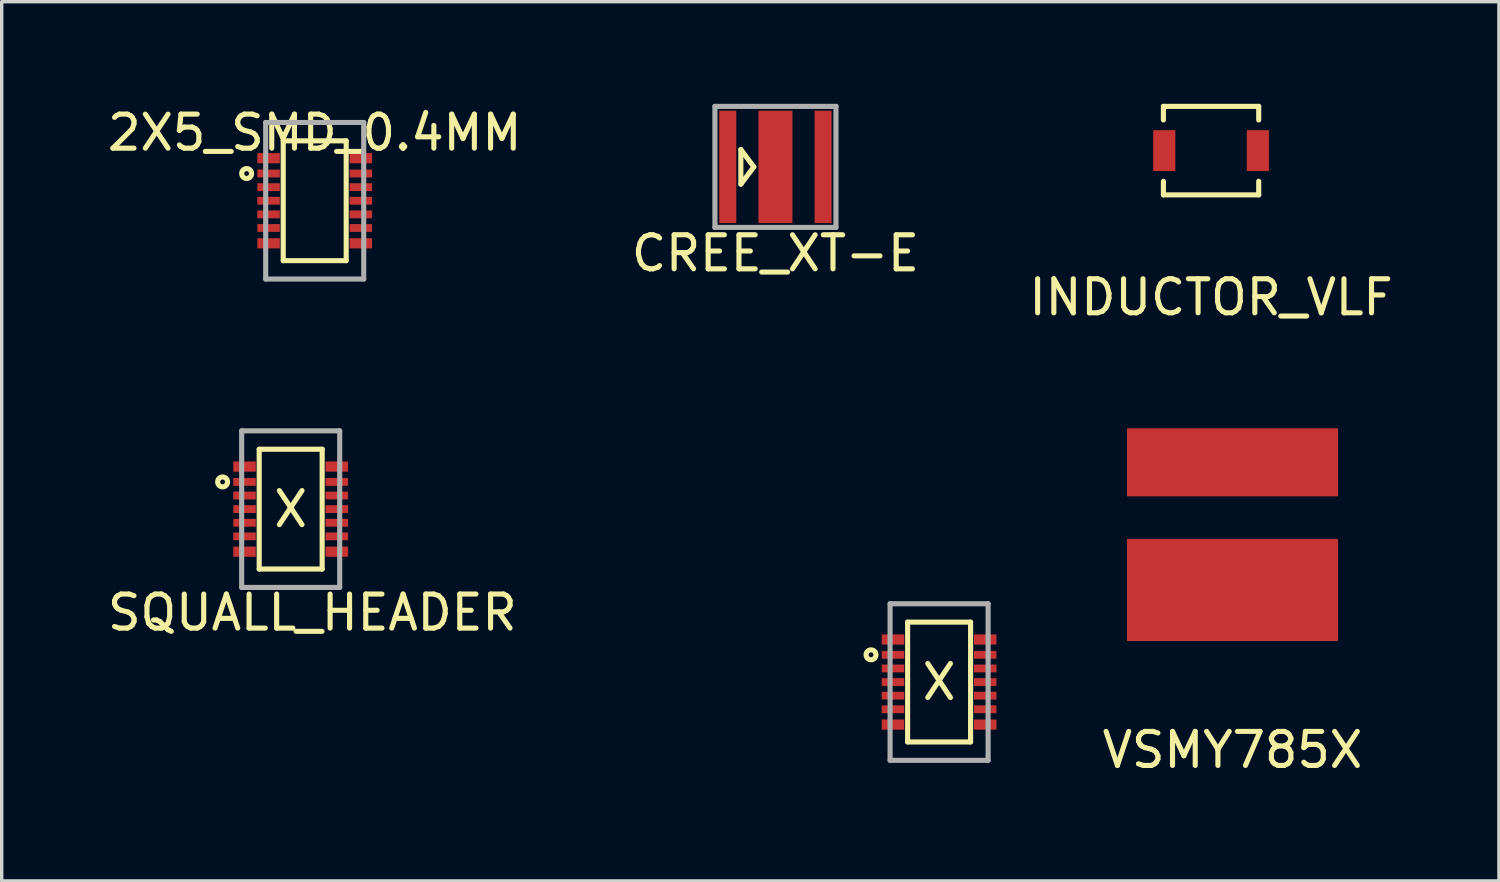
<source format=kicad_pcb>
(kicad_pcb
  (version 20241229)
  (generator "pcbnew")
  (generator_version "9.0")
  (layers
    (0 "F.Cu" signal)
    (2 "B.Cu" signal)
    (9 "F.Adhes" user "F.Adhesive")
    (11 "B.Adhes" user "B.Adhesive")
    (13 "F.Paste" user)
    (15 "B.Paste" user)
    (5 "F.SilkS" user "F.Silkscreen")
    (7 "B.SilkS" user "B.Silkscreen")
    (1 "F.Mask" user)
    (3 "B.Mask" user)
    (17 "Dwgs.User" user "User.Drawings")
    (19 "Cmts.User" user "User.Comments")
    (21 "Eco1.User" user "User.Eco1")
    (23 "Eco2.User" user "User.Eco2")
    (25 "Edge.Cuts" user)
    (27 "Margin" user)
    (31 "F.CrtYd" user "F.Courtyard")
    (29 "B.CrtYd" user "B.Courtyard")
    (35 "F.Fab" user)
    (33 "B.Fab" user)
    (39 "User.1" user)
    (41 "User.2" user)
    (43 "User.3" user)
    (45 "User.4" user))
  (footprint "VSMY785X"
    (layer "F.Cu")
    (at 33.16 12.633)
    (property "Reference" "VSMY785X" (at 0 6.35 0) (layer "F.SilkS") (effects (font (size 1 1) (thickness 0.15))))
    (attr through_hole)
    (pad "1" smd rect (at 0 -2.1) (size 6.2 2) (layers "F.Cu" "F.Mask" "F.Paste"))
    (pad "2" smd rect (at 0 1.65) (size 6.2 3) (layers "F.Cu" "F.Mask" "F.Paste")))
  (footprint "CREE_XT-E"
    (layer "F.Cu")
    (at 19.732 1.853)
    (property "Reference" "CREE_XT-E" (at 0 2.54 0) (layer "F.SilkS") (effects (font (size 1 1) (thickness 0.15))))
    (attr through_hole)
    (fp_line (start -1.016 -0.508) (end -1.016 0.508) (stroke (width 0.15) (type solid)) (layer "F.SilkS"))
    (fp_line (start -1.016 0.508) (end -0.635 0) (stroke (width 0.15) (type solid)) (layer "F.SilkS"))
    (fp_line (start -0.635 0) (end -1.016 -0.508) (stroke (width 0.15) (type solid)) (layer "F.SilkS"))
    (fp_line (start -1.778 -1.778) (end 1.778 -1.778) (stroke (width 0.15) (type solid)) (layer "F.Fab"))
    (fp_line (start -1.778 1.778) (end -1.778 -1.778) (stroke (width 0.15) (type solid)) (layer "F.Fab"))
    (fp_line (start 1.778 -1.778) (end 1.778 1.778) (stroke (width 0.15) (type solid)) (layer "F.Fab"))
    (fp_line (start 1.778 1.778) (end -1.778 1.778) (stroke (width 0.15) (type solid)) (layer "F.Fab"))
    (pad "1" smd rect (at -1.4 0) (size 0.5 3.3) (layers "F.Cu" "F.Mask" "F.Paste"))
    (pad "2" smd rect (at 1.4 0) (size 0.5 3.3) (layers "F.Cu" "F.Mask" "F.Paste"))
    (pad "THER" smd rect (at 0 0) (size 1 3.3) (layers "F.Cu" "F.Mask" "F.Paste")))
  (footprint "2X5_SMD_0.4MM"
    (layer "F.Cu")
    (at 6.196 2.848)
    (property "Reference" "2X5_SMD_0.4MM" (at 0 -2 0) (layer "F.SilkS") (effects (font (size 1 1) (thickness 0.15))))
    (attr through_hole)
    (fp_line (start -0.925 -1.76) (end -0.925 1.76) (stroke (width 0.15) (type solid)) (layer "F.SilkS"))
    (fp_line (start -0.925 -1.76) (end 0.925 -1.76) (stroke (width 0.15) (type solid)) (layer "F.SilkS"))
    (fp_line (start -0.925 1.76) (end 0.925 1.76) (stroke (width 0.15) (type solid)) (layer "F.SilkS"))
    (fp_line (start 0.925 -1.76) (end 0.925 1.76) (stroke (width 0.15) (type solid)) (layer "F.SilkS"))
    (fp_circle (center -2 -0.8) (end -2.05 -0.85) (stroke (width 0.15) (type solid)) (fill no) (layer "F.SilkS"))
    (fp_line (start -1.44 -2.3) (end -1.44 2.3) (stroke (width 0.15) (type solid)) (layer "F.Fab"))
    (fp_line (start -1.44 -2.3) (end 1.44 -2.3) (stroke (width 0.15) (type solid)) (layer "F.Fab"))
    (fp_line (start -1.44 2.3) (end 1.44 2.3) (stroke (width 0.15) (type solid)) (layer "F.Fab"))
    (fp_line (start 1.44 -2.3) (end 1.44 2.3) (stroke (width 0.15) (type solid)) (layer "F.Fab"))
    (pad "1" smd rect (at -1.355 -0.8) (size 0.66 0.23) (layers "F.Cu" "F.Mask" "F.Paste"))
    (pad "2" smd rect (at 1.355 -0.8) (size 0.66 0.23) (layers "F.Cu" "F.Mask" "F.Paste"))
    (pad "3" smd rect (at -1.355 -0.4) (size 0.66 0.23) (layers "F.Cu" "F.Mask" "F.Paste"))
    (pad "4" smd rect (at 1.355 -0.4) (size 0.66 0.23) (layers "F.Cu" "F.Mask" "F.Paste"))
    (pad "5" smd rect (at -1.355 0) (size 0.66 0.23) (layers "F.Cu" "F.Mask" "F.Paste"))
    (pad "6" smd rect (at 1.355 0) (size 0.66 0.23) (layers "F.Cu" "F.Mask" "F.Paste"))
    (pad "7" smd rect (at -1.355 0.4) (size 0.66 0.23) (layers "F.Cu" "F.Mask" "F.Paste"))
    (pad "8" smd rect (at 1.355 0.4) (size 0.66 0.23) (layers "F.Cu" "F.Mask" "F.Paste"))
    (pad "9" smd rect (at -1.355 0.8) (size 0.66 0.23) (layers "F.Cu" "F.Mask" "F.Paste"))
    (pad "10" smd rect (at 1.355 0.8) (size 0.66 0.23) (layers "F.Cu" "F.Mask" "F.Paste"))
    (pad "A" smd rect (at -1.355 -1.25) (size 0.66 0.3) (layers "F.Cu" "F.Mask" "F.Paste"))
    (pad "B" smd rect (at 1.355 -1.25) (size 0.66 0.3) (layers "F.Cu" "F.Mask" "F.Paste"))
    (pad "C" smd rect (at -1.355 1.25) (size 0.66 0.3) (layers "F.Cu" "F.Mask" "F.Paste"))
    (pad "D" smd rect (at 1.355 1.25) (size 0.66 0.3) (layers "F.Cu" "F.Mask" "F.Paste")))
  (footprint "INDUCTOR_VLF"
    (layer "F.Cu")
    (at 32.53 1.375)
    (property "Reference" "INDUCTOR_VLF" (at 0 4.31 0) (layer "F.SilkS") (effects (font (size 1 1) (thickness 0.15))))
    (attr through_hole)
    (fp_line (start -1.4 -1.3) (end -1.4 -0.9) (stroke (width 0.15) (type solid)) (layer "F.SilkS"))
    (fp_line (start -1.4 -1.3) (end 1.4 -1.3) (stroke (width 0.15) (type solid)) (layer "F.SilkS"))
    (fp_line (start -1.4 1.3) (end -1.4 0.9) (stroke (width 0.15) (type solid)) (layer "F.SilkS"))
    (fp_line (start 1.4 -1.3) (end 1.4 -0.9) (stroke (width 0.15) (type solid)) (layer "F.SilkS"))
    (fp_line (start 1.4 0.9) (end 1.4 1.3) (stroke (width 0.15) (type solid)) (layer "F.SilkS"))
    (fp_line (start 1.4 1.3) (end -1.4 1.3) (stroke (width 0.15) (type solid)) (layer "F.SilkS"))
    (pad "1" smd rect (at -1.375 0) (size 0.65 1.2) (layers "F.Cu" "F.Mask" "F.Paste"))
    (pad "2" smd rect (at 1.375 0) (size 0.65 1.2) (layers "F.Cu" "F.Mask" "F.Paste")))
  (footprint "SQUALL_HEADER"
    (layer "F.Cu")
    (at 15.015 14.448)
    (property "Reference" "SQUALL_HEADER" (at -8.89 0.5 0) (layer "F.SilkS") (effects (font (size 1 1) (thickness 0.15))))
    (attr through_hole)
    (fp_line (start -10.45 -4.3) (end -10.45 -0.78) (stroke (width 0.15) (type solid)) (layer "F.SilkS"))
    (fp_line (start -10.45 -4.3) (end -8.6 -4.3) (stroke (width 0.15) (type solid)) (layer "F.SilkS"))
    (fp_line (start -10.45 -0.78) (end -8.6 -0.78) (stroke (width 0.15) (type solid)) (layer "F.SilkS"))
    (fp_line (start -8.6 -4.3) (end -8.6 -0.78) (stroke (width 0.15) (type solid)) (layer "F.SilkS"))
    (fp_line (start 8.6 0.78) (end 8.6 4.3) (stroke (width 0.15) (type solid)) (layer "F.SilkS"))
    (fp_line (start 8.6 0.78) (end 10.45 0.78) (stroke (width 0.15) (type solid)) (layer "F.SilkS"))
    (fp_line (start 8.6 4.3) (end 10.45 4.3) (stroke (width 0.15) (type solid)) (layer "F.SilkS"))
    (fp_line (start 10.45 0.78) (end 10.45 4.3) (stroke (width 0.15) (type solid)) (layer "F.SilkS"))
    (fp_circle (center -11.525 -3.34) (end -11.575 -3.39) (stroke (width 0.15) (type solid)) (fill no) (layer "F.SilkS"))
    (fp_circle (center 7.525 1.74) (end 7.475 1.69) (stroke (width 0.15) (type solid)) (fill no) (layer "F.SilkS"))
    (fp_line (start -10.965 -4.84) (end -10.965 -0.24) (stroke (width 0.15) (type solid)) (layer "F.Fab"))
    (fp_line (start -10.965 -4.84) (end -8.085 -4.84) (stroke (width 0.15) (type solid)) (layer "F.Fab"))
    (fp_line (start -10.965 -0.24) (end -8.085 -0.24) (stroke (width 0.15) (type solid)) (layer "F.Fab"))
    (fp_line (start -8.085 -4.84) (end -8.085 -0.24) (stroke (width 0.15) (type solid)) (layer "F.Fab"))
    (fp_line (start 8.085 0.24) (end 8.085 4.84) (stroke (width 0.15) (type solid)) (layer "F.Fab"))
    (fp_line (start 8.085 0.24) (end 10.965 0.24) (stroke (width 0.15) (type solid)) (layer "F.Fab"))
    (fp_line (start 8.085 4.84) (end 10.965 4.84) (stroke (width 0.15) (type solid)) (layer "F.Fab"))
    (fp_line (start 10.965 0.24) (end 10.965 4.84) (stroke (width 0.15) (type solid)) (layer "F.Fab"))
    (fp_text user "X" (at -9.525 -2.54 0) (layer "F.SilkS") (effects (font (size 1 1) (thickness 0.15))))
    (fp_text user "X" (at 9.525 2.54 0) (layer "F.SilkS") (effects (font (size 1 1) (thickness 0.15))))
    (pad "1" smd rect (at -10.88 -3.34) (size 0.66 0.23) (layers "F.Cu" "F.Mask" "F.Paste"))
    (pad "2" smd rect (at -8.17 -3.34) (size 0.66 0.23) (layers "F.Cu" "F.Mask" "F.Paste"))
    (pad "3" smd rect (at -10.88 -2.94) (size 0.66 0.23) (layers "F.Cu" "F.Mask" "F.Paste"))
    (pad "4" smd rect (at -8.17 -2.94) (size 0.66 0.23) (layers "F.Cu" "F.Mask" "F.Paste"))
    (pad "5" smd rect (at -10.88 -2.54) (size 0.66 0.23) (layers "F.Cu" "F.Mask" "F.Paste"))
    (pad "6" smd rect (at -8.17 -2.54) (size 0.66 0.23) (layers "F.Cu" "F.Mask" "F.Paste"))
    (pad "7" smd rect (at -10.88 -2.14) (size 0.66 0.23) (layers "F.Cu" "F.Mask" "F.Paste"))
    (pad "8" smd rect (at -8.17 -2.14) (size 0.66 0.23) (layers "F.Cu" "F.Mask" "F.Paste"))
    (pad "9" smd rect (at -10.88 -1.74) (size 0.66 0.23) (layers "F.Cu" "F.Mask" "F.Paste"))
    (pad "10" smd rect (at -8.17 -1.74) (size 0.66 0.23) (layers "F.Cu" "F.Mask" "F.Paste"))
    (pad "11" smd rect (at 8.17 1.74) (size 0.66 0.23) (layers "F.Cu" "F.Mask" "F.Paste"))
    (pad "12" smd rect (at 10.88 1.74) (size 0.66 0.23) (layers "F.Cu" "F.Mask" "F.Paste"))
    (pad "13" smd rect (at 8.17 2.14) (size 0.66 0.23) (layers "F.Cu" "F.Mask" "F.Paste"))
    (pad "14" smd rect (at 10.88 2.14) (size 0.66 0.23) (layers "F.Cu" "F.Mask" "F.Paste"))
    (pad "15" smd rect (at 8.17 2.54) (size 0.66 0.23) (layers "F.Cu" "F.Mask" "F.Paste"))
    (pad "16" smd rect (at 10.88 2.54) (size 0.66 0.23) (layers "F.Cu" "F.Mask" "F.Paste"))
    (pad "17" smd rect (at 8.17 2.94) (size 0.66 0.23) (layers "F.Cu" "F.Mask" "F.Paste"))
    (pad "18" smd rect (at 10.88 2.94) (size 0.66 0.23) (layers "F.Cu" "F.Mask" "F.Paste"))
    (pad "19" smd rect (at 8.17 3.34) (size 0.66 0.23) (layers "F.Cu" "F.Mask" "F.Paste"))
    (pad "20" smd rect (at 10.88 3.34) (size 0.66 0.23) (layers "F.Cu" "F.Mask" "F.Paste"))
    (pad "AL" smd rect (at -10.88 -3.79) (size 0.66 0.3) (layers "F.Cu" "F.Mask" "F.Paste"))
    (pad "AR" smd rect (at 8.17 1.29) (size 0.66 0.3) (layers "F.Cu" "F.Mask" "F.Paste"))
    (pad "BL" smd rect (at -8.17 -3.79) (size 0.66 0.3) (layers "F.Cu" "F.Mask" "F.Paste"))
    (pad "BR" smd rect (at 10.88 1.29) (size 0.66 0.3) (layers "F.Cu" "F.Mask" "F.Paste"))
    (pad "CL" smd rect (at -10.88 -1.29) (size 0.66 0.3) (layers "F.Cu" "F.Mask" "F.Paste"))
    (pad "CR" smd rect (at 8.17 3.79) (size 0.66 0.3) (layers "F.Cu" "F.Mask" "F.Paste"))
    (pad "DL" smd rect (at -8.17 -1.29) (size 0.66 0.3) (layers "F.Cu" "F.Mask" "F.Paste"))
    (pad "DR" smd rect (at 10.88 3.79) (size 0.66 0.3) (layers "F.Cu" "F.Mask" "F.Paste")))
  (gr_rect
    (start -3 -3)
    (end 40.988 22.831)
    (stroke (width 0.1) (type default))
    (fill no)
    (layer "Edge.Cuts")))
</source>
